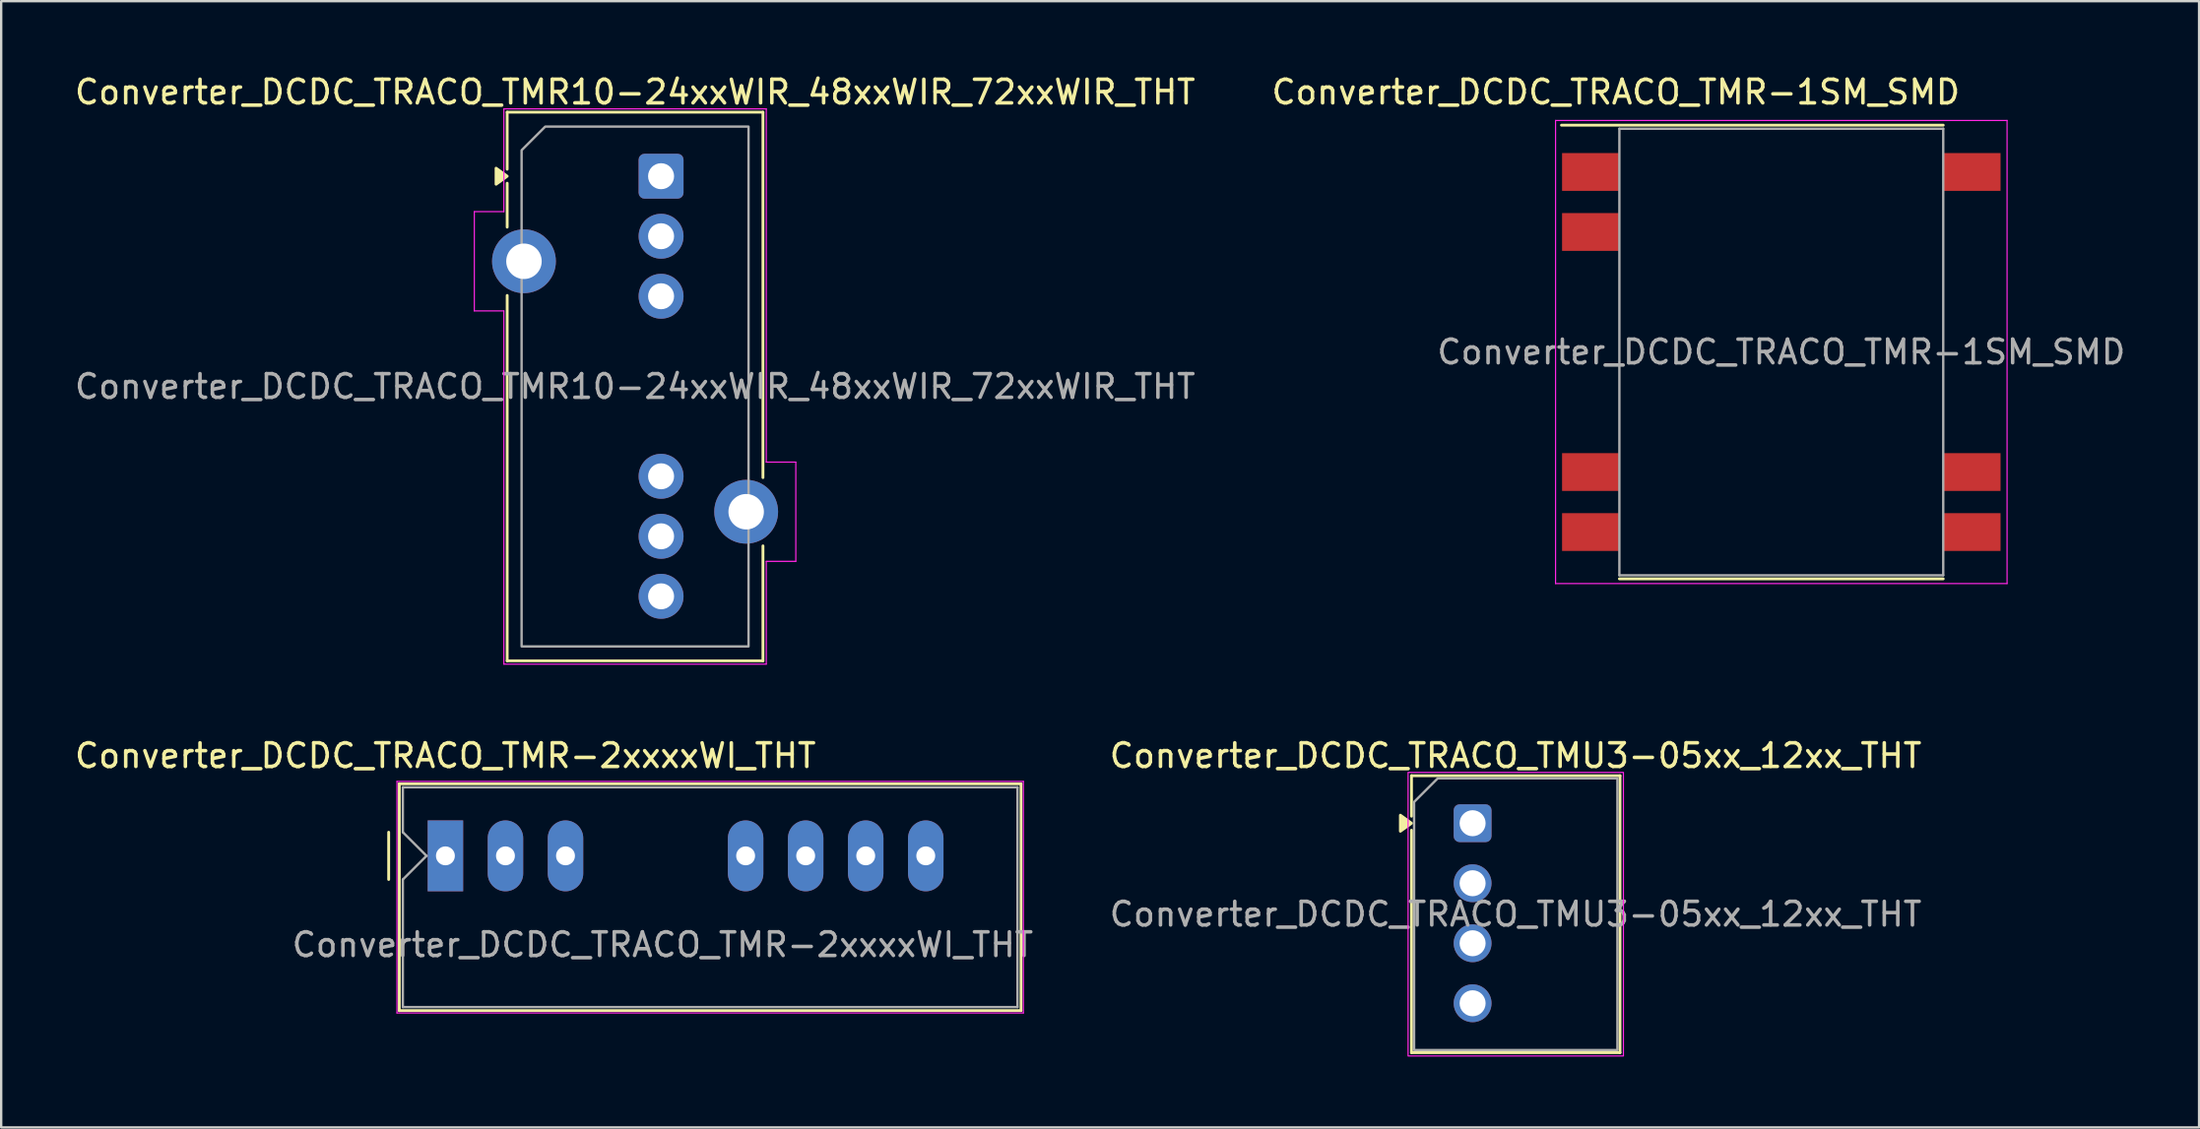
<source format=kicad_pcb>
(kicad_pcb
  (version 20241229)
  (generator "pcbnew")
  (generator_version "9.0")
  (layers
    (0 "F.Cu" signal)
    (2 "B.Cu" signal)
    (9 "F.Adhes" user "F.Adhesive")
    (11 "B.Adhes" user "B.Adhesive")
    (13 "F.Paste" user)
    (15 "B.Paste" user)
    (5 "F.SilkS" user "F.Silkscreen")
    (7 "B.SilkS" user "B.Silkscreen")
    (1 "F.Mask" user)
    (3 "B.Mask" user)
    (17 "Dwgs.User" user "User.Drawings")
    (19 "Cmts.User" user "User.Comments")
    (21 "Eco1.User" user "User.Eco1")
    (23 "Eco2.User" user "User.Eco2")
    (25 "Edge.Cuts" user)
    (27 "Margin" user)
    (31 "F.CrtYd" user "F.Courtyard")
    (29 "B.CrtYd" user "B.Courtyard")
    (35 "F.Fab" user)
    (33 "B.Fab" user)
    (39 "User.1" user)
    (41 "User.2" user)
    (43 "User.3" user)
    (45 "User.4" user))
  (footprint "Converter_DCDC_TRACO_TMR-2xxxxWI_THT"
    (layer "F.Cu")
    (at 15.792 33.172)
    (property "Reference" "Converter_DCDC_TRACO_TMR-2xxxxWI_THT" (at 0 -4.24 0) (layer "F.SilkS") (effects (font (size 1 1) (thickness 0.15))))
    (attr through_hole)
    (fp_line (start -2.4 -1) (end -2.4 1) (stroke (width 0.12) (type solid)) (layer "F.SilkS"))
    (fp_line (start -1.95 -3.05) (end 24.35 -3.05) (stroke (width 0.12) (type solid)) (layer "F.SilkS"))
    (fp_line (start -1.95 6.55) (end -1.95 -3.05) (stroke (width 0.12) (type solid)) (layer "F.SilkS"))
    (fp_line (start 24.35 -3.05) (end 24.35 6.55) (stroke (width 0.12) (type solid)) (layer "F.SilkS"))
    (fp_line (start 24.35 6.55) (end -1.95 6.55) (stroke (width 0.12) (type solid)) (layer "F.SilkS"))
    (fp_line (start -2.05 -3.15) (end -2.05 6.65) (stroke (width 0.05) (type solid)) (layer "F.CrtYd"))
    (fp_line (start -2.05 -3.15) (end 24.45 -3.15) (stroke (width 0.05) (type solid)) (layer "F.CrtYd"))
    (fp_line (start -2.05 6.65) (end 24.45 6.65) (stroke (width 0.05) (type solid)) (layer "F.CrtYd"))
    (fp_line (start 24.45 -3.15) (end 24.45 6.65) (stroke (width 0.05) (type solid)) (layer "F.CrtYd"))
    (fp_line (start -1.8 -2.9) (end -1.8 -1) (stroke (width 0.1) (type solid)) (layer "F.Fab"))
    (fp_line (start -1.8 -1) (end -0.8 0) (stroke (width 0.1) (type solid)) (layer "F.Fab"))
    (fp_line (start -1.8 1) (end -1.8 6.4) (stroke (width 0.1) (type solid)) (layer "F.Fab"))
    (fp_line (start -1.8 1) (end -0.8 0) (stroke (width 0.1) (type solid)) (layer "F.Fab"))
    (fp_line (start 24.2 -2.9) (end -1.8 -2.9) (stroke (width 0.1) (type solid)) (layer "F.Fab"))
    (fp_line (start 24.2 -2.9) (end 24.2 6.4) (stroke (width 0.1) (type solid)) (layer "F.Fab"))
    (fp_line (start 24.2 6.4) (end -1.8 6.4) (stroke (width 0.1) (type solid)) (layer "F.Fab"))
    (fp_text user "${REFERENCE}" (at 9.19 3.76 0) (layer "F.Fab") (effects (font (size 1 1) (thickness 0.15))))
    (pad "1" thru_hole rect (at 0 0) (size 1.5 3) (drill 0.8) (layers "*.Cu" "*.Mask"))
    (pad "2" thru_hole oval (at 2.54 0) (size 1.5 3) (drill 0.8) (layers "*.Cu" "*.Mask"))
    (pad "3" thru_hole oval (at 5.08 0) (size 1.5 3) (drill 0.8) (layers "*.Cu" "*.Mask"))
    (pad "6" thru_hole oval (at 12.7 0) (size 1.5 3) (drill 0.8) (layers "*.Cu" "*.Mask"))
    (pad "7" thru_hole oval (at 15.24 0) (size 1.5 3) (drill 0.8) (layers "*.Cu" "*.Mask"))
    (pad "8" thru_hole oval (at 17.78 0) (size 1.5 3) (drill 0.8) (layers "*.Cu" "*.Mask"))
    (pad "9" thru_hole oval (at 20.32 0) (size 1.5 3) (drill 0.8) (layers "*.Cu" "*.Mask")))
  (footprint "Converter_DCDC_TRACO_TMR10-24xxWIR_48xxWIR_72xxWIR_THT"
    (layer "F.Cu")
    (at 24.915 4.408)
    (property "Reference" "Converter_DCDC_TRACO_TMR10-24xxWIR_48xxWIR_72xxWIR_THT" (at -1.1 -3.56 0) (layer "F.SilkS") (effects (font (size 1 1) (thickness 0.15))))
    (attr through_hole)
    (fp_line (start -6.51 -2.71) (end 4.31 -2.71) (stroke (width 0.12) (type solid)) (layer "F.SilkS"))
    (fp_line (start -6.51 -0.296) (end -6.51 -2.71) (stroke (width 0.12) (type solid)) (layer "F.SilkS"))
    (fp_line (start -6.51 2.155) (end -6.51 0.296) (stroke (width 0.12) (type solid)) (layer "F.SilkS"))
    (fp_line (start -6.51 20.51) (end -6.51 5.045) (stroke (width 0.12) (type solid)) (layer "F.SilkS"))
    (fp_line (start 4.31 -2.71) (end 4.31 12.755) (stroke (width 0.12) (type solid)) (layer "F.SilkS"))
    (fp_line (start 4.31 15.645) (end 4.31 20.51) (stroke (width 0.12) (type solid)) (layer "F.SilkS"))
    (fp_line (start 4.31 20.51) (end -6.51 20.51) (stroke (width 0.12) (type solid)) (layer "F.SilkS"))
    (fp_poly (pts (xy -6.51 0) (xy -6.98 0.34) (xy -6.98 -0.34)) (stroke (width 0.12) (type solid)) (fill yes) (layer "F.SilkS"))
    (fp_line (start -7.9 1.5) (end -6.65 1.5) (stroke (width 0.05) (type solid)) (layer "F.CrtYd"))
    (fp_line (start -7.9 5.7) (end -7.9 1.5) (stroke (width 0.05) (type solid)) (layer "F.CrtYd"))
    (fp_line (start -6.65 -2.85) (end 4.45 -2.85) (stroke (width 0.05) (type solid)) (layer "F.CrtYd"))
    (fp_line (start -6.65 1.5) (end -6.65 -2.85) (stroke (width 0.05) (type solid)) (layer "F.CrtYd"))
    (fp_line (start -6.65 5.7) (end -7.9 5.7) (stroke (width 0.05) (type solid)) (layer "F.CrtYd"))
    (fp_line (start -6.65 20.65) (end -6.65 5.7) (stroke (width 0.05) (type solid)) (layer "F.CrtYd"))
    (fp_line (start 4.45 -2.85) (end 4.45 12.1) (stroke (width 0.05) (type solid)) (layer "F.CrtYd"))
    (fp_line (start 4.45 12.1) (end 5.7 12.1) (stroke (width 0.05) (type solid)) (layer "F.CrtYd"))
    (fp_line (start 4.45 16.3) (end 4.45 20.65) (stroke (width 0.05) (type solid)) (layer "F.CrtYd"))
    (fp_line (start 4.45 20.65) (end -6.65 20.65) (stroke (width 0.05) (type solid)) (layer "F.CrtYd"))
    (fp_line (start 5.7 12.1) (end 5.7 16.3) (stroke (width 0.05) (type solid)) (layer "F.CrtYd"))
    (fp_line (start 5.7 16.3) (end 4.45 16.3) (stroke (width 0.05) (type solid)) (layer "F.CrtYd"))
    (fp_poly (pts (xy -5.9 -1.1) (xy -5.9 19.9) (xy 3.7 19.9) (xy 3.7 -2.1) (xy -4.9 -2.1)) (stroke (width 0.1) (type solid)) (fill no) (layer "F.Fab"))
    (fp_text user "${REFERENCE}" (at -1.1 8.9 0) (layer "F.Fab") (effects (font (size 1 1) (thickness 0.15))))
    (pad "1" thru_hole roundrect (at 0 0) (size 1.9 1.9) (drill 1.1) (layers "*.Cu" "*.Mask") (roundrect_rratio 0.132))
    (pad "2" thru_hole circle (at 0 2.54) (size 1.9 1.9) (drill 1.1) (layers "*.Cu" "*.Mask"))
    (pad "3" thru_hole circle (at 0 5.08) (size 1.9 1.9) (drill 1.1) (layers "*.Cu" "*.Mask"))
    (pad "6" thru_hole circle (at 0 12.7) (size 1.9 1.9) (drill 1.1) (layers "*.Cu" "*.Mask"))
    (pad "7" thru_hole circle (at 0 15.24) (size 1.9 1.9) (drill 1.1) (layers "*.Cu" "*.Mask"))
    (pad "8" thru_hole circle (at 0 17.78) (size 1.9 1.9) (drill 1.1) (layers "*.Cu" "*.Mask"))
    (pad "9" thru_hole circle (at -5.8 3.6) (size 2.7 2.7) (drill 1.5) (layers "*.Cu" "*.Mask"))
    (pad "10" thru_hole circle (at 3.6 14.2) (size 2.7 2.7) (drill 1.5) (layers "*.Cu" "*.Mask")))
  (footprint "Converter_DCDC_TRACO_TMU3-05xx_12xx_THT"
    (layer "F.Cu")
    (at 59.245 31.791)
    (property "Reference" "Converter_DCDC_TRACO_TMU3-05xx_12xx_THT" (at 1.82 -2.86 0) (layer "F.SilkS") (effects (font (size 1 1) (thickness 0.15))))
    (attr through_hole)
    (fp_line (start -2.585 -2.01) (end 6.235 -2.01) (stroke (width 0.12) (type solid)) (layer "F.SilkS"))
    (fp_line (start -2.585 -0.296) (end -2.585 -2.01) (stroke (width 0.12) (type solid)) (layer "F.SilkS"))
    (fp_line (start -2.585 9.71) (end -2.585 0.296) (stroke (width 0.12) (type solid)) (layer "F.SilkS"))
    (fp_line (start 6.235 -2.01) (end 6.235 9.71) (stroke (width 0.12) (type solid)) (layer "F.SilkS"))
    (fp_line (start 6.235 9.71) (end -2.585 9.71) (stroke (width 0.12) (type solid)) (layer "F.SilkS"))
    (fp_poly (pts (xy -2.585 0) (xy -3.055 0.34) (xy -3.055 -0.34)) (stroke (width 0.12) (type solid)) (fill yes) (layer "F.SilkS"))
    (fp_rect (start -2.73 -2.15) (end 6.38 9.85) (stroke (width 0.05) (type solid)) (fill no) (layer "F.CrtYd"))
    (fp_poly (pts (xy -2.475 -0.9) (xy -2.475 9.6) (xy 6.125 9.6) (xy 6.125 -1.9) (xy -1.475 -1.9)) (stroke (width 0.1) (type solid)) (fill no) (layer "F.Fab"))
    (fp_text user "${REFERENCE}" (at 1.82 3.85 0) (layer "F.Fab") (effects (font (size 1 1) (thickness 0.15))))
    (pad "1" thru_hole roundrect (at 0 0) (size 1.6 1.6) (drill 1.1) (layers "*.Cu" "*.Mask") (roundrect_rratio 0.156))
    (pad "2" thru_hole circle (at 0 2.54) (size 1.6 1.6) (drill 1.1) (layers "*.Cu" "*.Mask"))
    (pad "3" thru_hole circle (at 0 5.08) (size 1.6 1.6) (drill 1.1) (layers "*.Cu" "*.Mask"))
    (pad "4" thru_hole circle (at 0 7.62) (size 1.6 1.6) (drill 1.1) (layers "*.Cu" "*.Mask")))
  (footprint "Converter_DCDC_TRACO_TMR-1SM_SMD"
    (layer "F.Cu")
    (at 72.304 11.848)
    (property "Reference" "Converter_DCDC_TRACO_TMR-1SM_SMD" (at -7 -11 0) (layer "F.SilkS") (effects (font (size 1 1) (thickness 0.15))))
    (attr smd)
    (fp_line (start -9.3 -9.6) (end 6.85 -9.6) (stroke (width 0.12) (type solid)) (layer "F.SilkS"))
    (fp_line (start -6.85 9.6) (end 6.85 9.6) (stroke (width 0.12) (type solid)) (layer "F.SilkS"))
    (fp_line (start -9.55 -9.8) (end -9.55 9.8) (stroke (width 0.05) (type solid)) (layer "F.CrtYd"))
    (fp_line (start -9.55 -9.8) (end 9.55 -9.8) (stroke (width 0.05) (type solid)) (layer "F.CrtYd"))
    (fp_line (start -9.55 9.8) (end 9.55 9.8) (stroke (width 0.05) (type solid)) (layer "F.CrtYd"))
    (fp_line (start 9.55 -9.8) (end 9.55 9.8) (stroke (width 0.05) (type solid)) (layer "F.CrtYd"))
    (fp_line (start -6.85 -9.45) (end -6.85 9.45) (stroke (width 0.1) (type solid)) (layer "F.Fab"))
    (fp_line (start 6.85 -9.45) (end -6.85 -9.45) (stroke (width 0.1) (type solid)) (layer "F.Fab"))
    (fp_line (start 6.85 -9.45) (end 6.85 9.45) (stroke (width 0.1) (type solid)) (layer "F.Fab"))
    (fp_line (start 6.85 9.45) (end -6.85 9.45) (stroke (width 0.1) (type solid)) (layer "F.Fab"))
    (fp_text user "${REFERENCE}" (at 0 0 180) (layer "F.Fab") (effects (font (size 1 1) (thickness 0.15))))
    (pad "1" smd rect (at -8.075 -7.62) (size 2.4 1.6) (layers "F.Cu" "F.Mask" "F.Paste"))
    (pad "2" smd rect (at -8.075 -5.08) (size 2.4 1.6) (layers "F.Cu" "F.Mask" "F.Paste"))
    (pad "6" smd rect (at -8.075 5.08) (size 2.4 1.6) (layers "F.Cu" "F.Mask" "F.Paste"))
    (pad "7" smd rect (at -8.075 7.62) (size 2.4 1.6) (layers "F.Cu" "F.Mask" "F.Paste"))
    (pad "8" smd rect (at 8.075 7.62) (size 2.4 1.6) (layers "F.Cu" "F.Mask" "F.Paste"))
    (pad "9" smd rect (at 8.075 5.08) (size 2.4 1.6) (layers "F.Cu" "F.Mask" "F.Paste"))
    (pad "14" smd rect (at 8.075 -7.62) (size 2.4 1.6) (layers "F.Cu" "F.Mask" "F.Paste")))
  (gr_rect
    (start -3 -3)
    (end 89.976 44.666)
    (stroke (width 0.1) (type default))
    (fill no)
    (layer "Edge.Cuts")))
</source>
